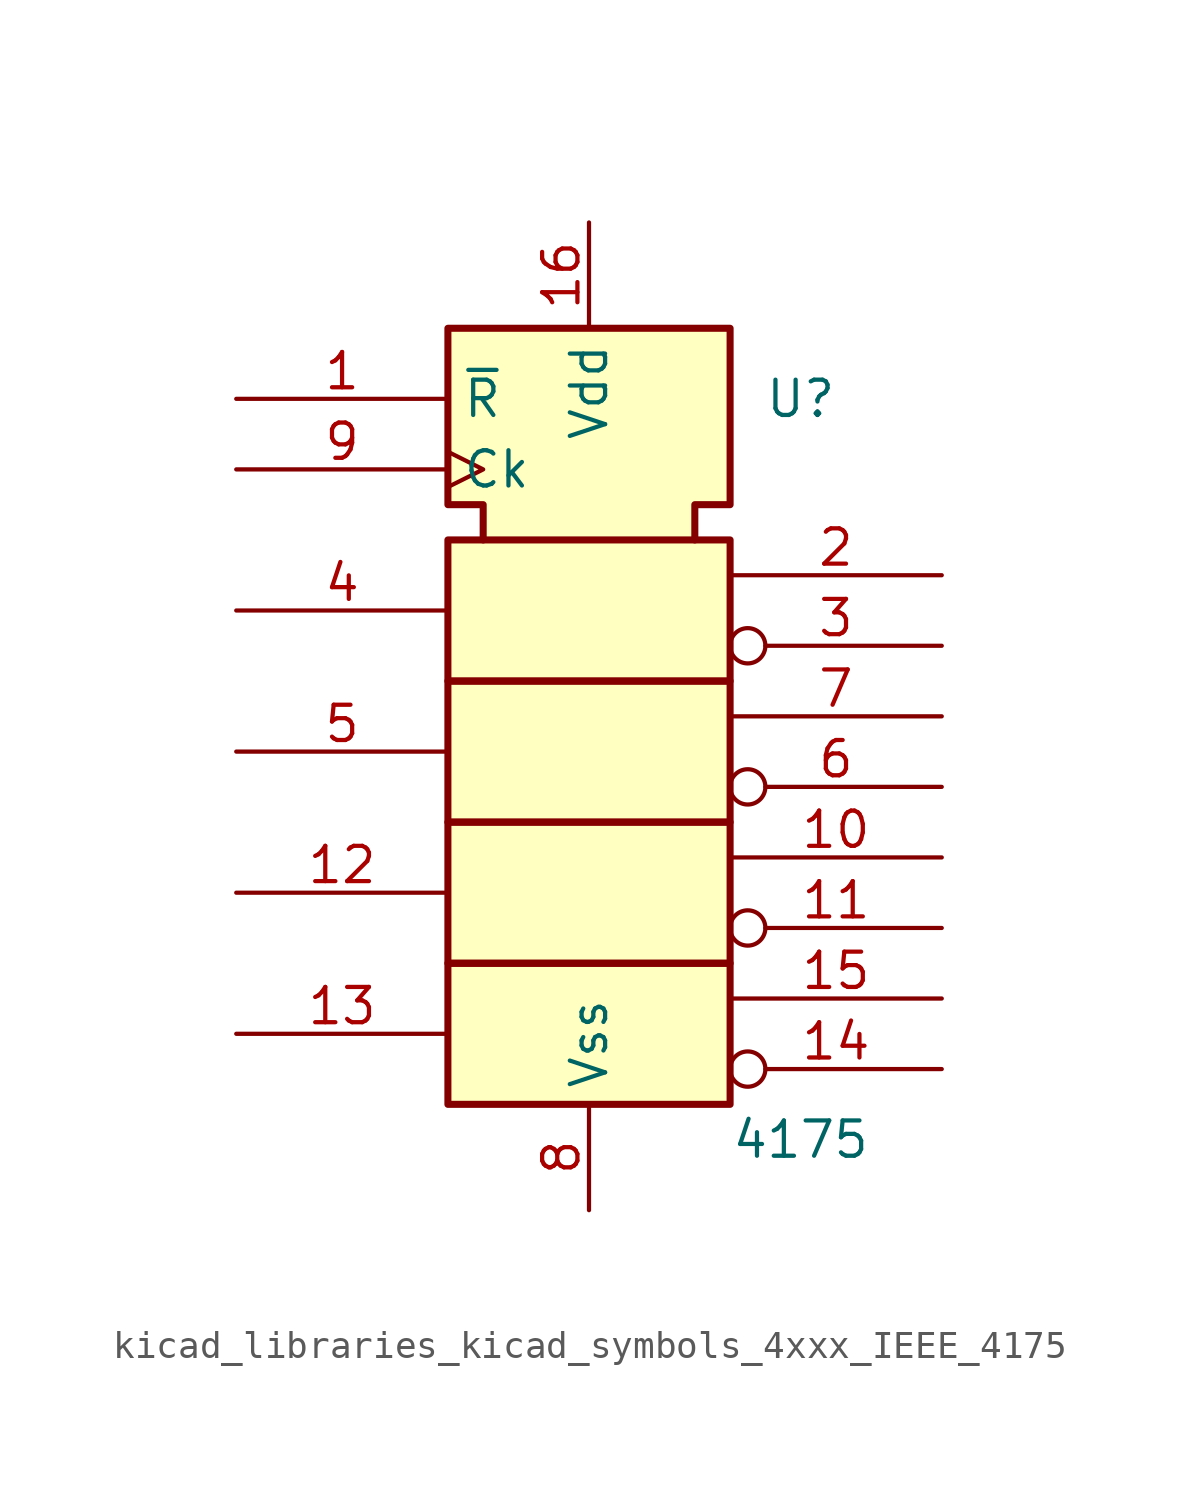
<source format=kicad_sym>
(kicad_symbol_lib
  (version 20220914)
  (generator kicad_symbol_editor)
  (symbol "kicad_libraries_kicad_symbols_4xxx_IEEE_4175"
    (property "Reference" "U"
      (at 7.62 11.43 0)
      (effects (font (size 1.27 1.27))))
    (property "Value" "4175"
      (at 7.62 -15.24 0)
      (effects (font (size 1.27 1.27))))
    (symbol "kicad_libraries_kicad_symbols_4xxx_IEEE_4175_0_1"
      (rectangle (start -5.08 -8.89) (end 5.08 -13.97) (stroke (width 0.254) (type default)) (fill (type background)))
      (rectangle (start -5.08 1.27) (end 5.08 -3.81) (stroke (width 0.254) (type default)) (fill (type background)))
      (polyline (pts (xy -3.81 6.35) (xy -3.81 7.62) (xy -5.08 7.62) (xy -5.08 13.97) (xy 5.08 13.97) (xy 5.08 7.62) (xy 3.81 7.62) (xy 3.81 6.35) (xy 3.81 6.35)) (stroke (width 0.254) (type default)) (fill (type background)))
      (rectangle (start 5.08 -3.81) (end -5.08 -8.89) (stroke (width 0.254) (type default)) (fill (type background)))
      (rectangle (start 5.08 6.35) (end -5.08 1.27) (stroke (width 0.254) (type default)) (fill (type background))))
    (symbol "kicad_libraries_kicad_symbols_4xxx_IEEE_4175_1_0"
      (pin input line (at -12.7 11.43 0) (length 7.62) (name "~{R}" (effects (font (size 1.27 1.27)))) (number "1" (effects (font (size 1.27 1.27)))))
      (pin output line (at 12.7 -5.08 180) (length 7.62) (name "~" (effects (font (size 1.27 1.27)))) (number "10" (effects (font (size 1.27 1.27)))))
      (pin output inverted (at 12.7 -7.62 180) (length 7.62) (name "~" (effects (font (size 1.27 1.27)))) (number "11" (effects (font (size 1.27 1.27)))))
      (pin input line (at -12.7 -6.35 0) (length 7.62) (name "~" (effects (font (size 1.27 1.27)))) (number "12" (effects (font (size 1.27 1.27)))))
      (pin input line (at -12.7 -11.43 0) (length 7.62) (name "~" (effects (font (size 1.27 1.27)))) (number "13" (effects (font (size 1.27 1.27)))))
      (pin output inverted (at 12.7 -12.7 180) (length 7.62) (name "~" (effects (font (size 1.27 1.27)))) (number "14" (effects (font (size 1.27 1.27)))))
      (pin output line (at 12.7 -10.16 180) (length 7.62) (name "~" (effects (font (size 1.27 1.27)))) (number "15" (effects (font (size 1.27 1.27)))))
      (pin power_in line (at 0 17.78 270) (length 3.81) (name "Vdd" (effects (font (size 1.27 1.27)))) (number "16" (effects (font (size 1.27 1.27)))))
      (pin output line (at 12.7 5.08 180) (length 7.62) (name "~" (effects (font (size 1.27 1.27)))) (number "2" (effects (font (size 1.27 1.27)))))
      (pin output inverted (at 12.7 2.54 180) (length 7.62) (name "~" (effects (font (size 1.27 1.27)))) (number "3" (effects (font (size 1.27 1.27)))))
      (pin input line (at -12.7 3.81 0) (length 7.62) (name "~" (effects (font (size 1.27 1.27)))) (number "4" (effects (font (size 1.27 1.27)))))
      (pin input line (at -12.7 -1.27 0) (length 7.62) (name "~" (effects (font (size 1.27 1.27)))) (number "5" (effects (font (size 1.27 1.27)))))
      (pin output inverted (at 12.7 -2.54 180) (length 7.62) (name "~" (effects (font (size 1.27 1.27)))) (number "6" (effects (font (size 1.27 1.27)))))
      (pin output line (at 12.7 0 180) (length 7.62) (name "~" (effects (font (size 1.27 1.27)))) (number "7" (effects (font (size 1.27 1.27)))))
      (pin power_in line (at 0 -17.78 90) (length 3.81) (name "Vss" (effects (font (size 1.27 1.27)))) (number "8" (effects (font (size 1.27 1.27)))))
      (pin input clock (at -12.7 8.89 0) (length 7.62) (name "Ck" (effects (font (size 1.27 1.27)))) (number "9" (effects (font (size 1.27 1.27))))))))
</source>
